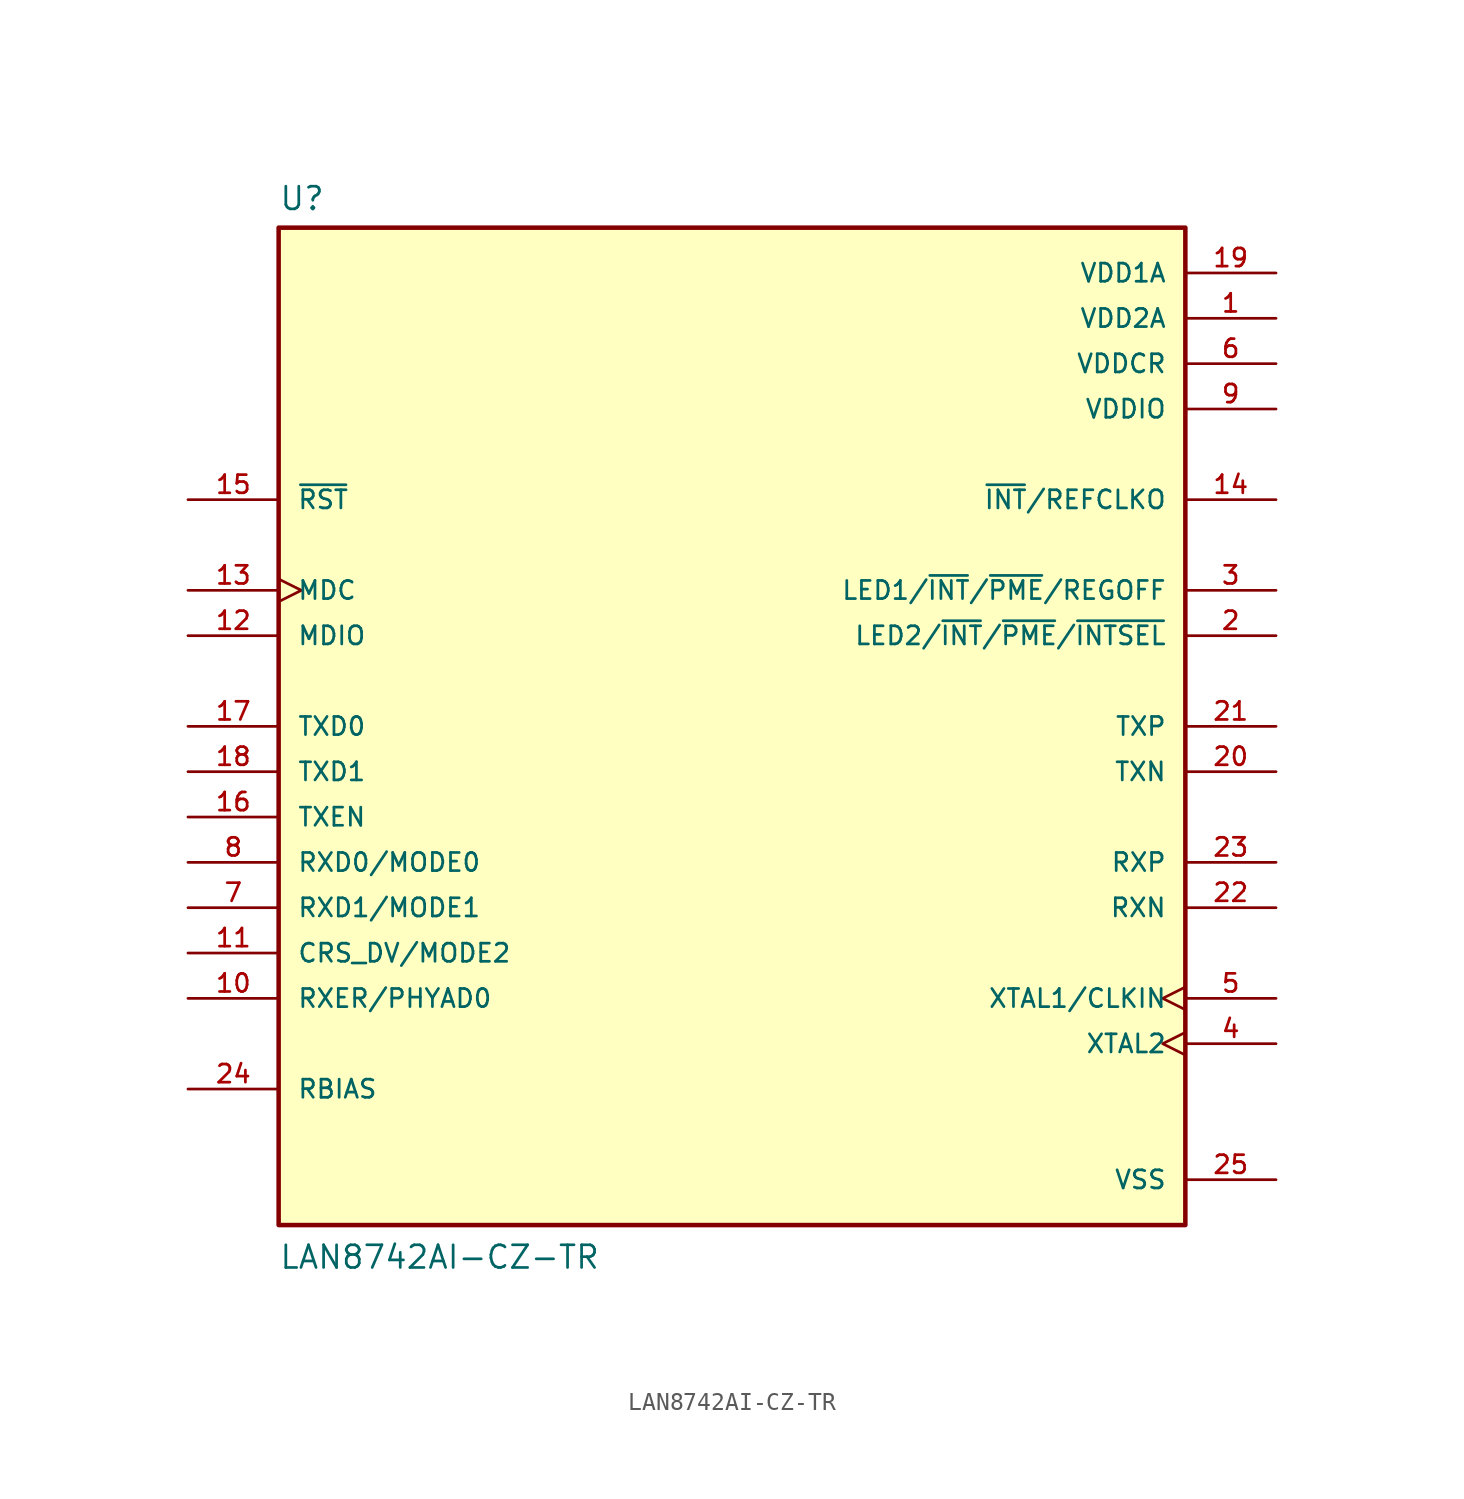
<source format=kicad_sym>
(kicad_symbol_lib
  (version 20231120)
  (generator "kicad_symbol_editor")
  (generator_version "8.0")
  (symbol "LAN8742AI-CZ-TR"
    (pin_names
      (offset 1.016))
    (property "Reference" "U"
      (at -25.4 28.829 0)
      (effects (font (size 1.27 1.27)) (justify left bottom)))
    (property "Value" "LAN8742AI-CZ-TR"
      (at -25.4 -30.48 0)
      (effects (font (size 1.27 1.27)) (justify left bottom)))
    (symbol "LAN8742AI-CZ-TR_0_0"
      (rectangle (start -25.4 -27.94) (end 25.4 27.94) (stroke (width 0.254) (type default)) (fill (type background)))
      (pin power_in line (at 30.48 22.86 180) (length 5.08) (name "VDD2A" (effects (font (size 1.016 1.016)))) (number "1" (effects (font (size 1.016 1.016)))))
      (pin bidirectional line (at -30.48 -15.24 0) (length 5.08) (name "RXER/PHYAD0" (effects (font (size 1.016 1.016)))) (number "10" (effects (font (size 1.016 1.016)))))
      (pin bidirectional line (at -30.48 -12.7 0) (length 5.08) (name "CRS_DV/MODE2" (effects (font (size 1.016 1.016)))) (number "11" (effects (font (size 1.016 1.016)))))
      (pin bidirectional line (at -30.48 5.08 0) (length 5.08) (name "MDIO" (effects (font (size 1.016 1.016)))) (number "12" (effects (font (size 1.016 1.016)))))
      (pin input clock (at -30.48 7.62 0) (length 5.08) (name "MDC" (effects (font (size 1.016 1.016)))) (number "13" (effects (font (size 1.016 1.016)))))
      (pin output line (at 30.48 12.7 180) (length 5.08) (name "~{INT}/REFCLKO" (effects (font (size 1.016 1.016)))) (number "14" (effects (font (size 1.016 1.016)))))
      (pin input line (at -30.48 12.7 0) (length 5.08) (name "~{RST}" (effects (font (size 1.016 1.016)))) (number "15" (effects (font (size 1.016 1.016)))))
      (pin input line (at -30.48 -5.08 0) (length 5.08) (name "TXEN" (effects (font (size 1.016 1.016)))) (number "16" (effects (font (size 1.016 1.016)))))
      (pin input line (at -30.48 0 0) (length 5.08) (name "TXD0" (effects (font (size 1.016 1.016)))) (number "17" (effects (font (size 1.016 1.016)))))
      (pin input line (at -30.48 -2.54 0) (length 5.08) (name "TXD1" (effects (font (size 1.016 1.016)))) (number "18" (effects (font (size 1.016 1.016)))))
      (pin power_in line (at 30.48 25.4 180) (length 5.08) (name "VDD1A" (effects (font (size 1.016 1.016)))) (number "19" (effects (font (size 1.016 1.016)))))
      (pin output line (at 30.48 5.08 180) (length 5.08) (name "LED2/~{INT}/~{PME}/~{INTSEL}" (effects (font (size 1.016 1.016)))) (number "2" (effects (font (size 1.016 1.016)))))
      (pin bidirectional line (at 30.48 -2.54 180) (length 5.08) (name "TXN" (effects (font (size 1.016 1.016)))) (number "20" (effects (font (size 1.016 1.016)))))
      (pin bidirectional line (at 30.48 0 180) (length 5.08) (name "TXP" (effects (font (size 1.016 1.016)))) (number "21" (effects (font (size 1.016 1.016)))))
      (pin bidirectional line (at 30.48 -10.16 180) (length 5.08) (name "RXN" (effects (font (size 1.016 1.016)))) (number "22" (effects (font (size 1.016 1.016)))))
      (pin bidirectional line (at 30.48 -7.62 180) (length 5.08) (name "RXP" (effects (font (size 1.016 1.016)))) (number "23" (effects (font (size 1.016 1.016)))))
      (pin passive line (at -30.48 -20.32 0) (length 5.08) (name "RBIAS" (effects (font (size 1.016 1.016)))) (number "24" (effects (font (size 1.016 1.016)))))
      (pin power_in line (at 30.48 -25.4 180) (length 5.08) (name "VSS" (effects (font (size 1.016 1.016)))) (number "25" (effects (font (size 1.016 1.016)))))
      (pin output line (at 30.48 7.62 180) (length 5.08) (name "LED1/~{INT}/~{PME}/REGOFF" (effects (font (size 1.016 1.016)))) (number "3" (effects (font (size 1.016 1.016)))))
      (pin output clock (at 30.48 -17.78 180) (length 5.08) (name "XTAL2" (effects (font (size 1.016 1.016)))) (number "4" (effects (font (size 1.016 1.016)))))
      (pin input clock (at 30.48 -15.24 180) (length 5.08) (name "XTAL1/CLKIN" (effects (font (size 1.016 1.016)))) (number "5" (effects (font (size 1.016 1.016)))))
      (pin power_in line (at 30.48 20.32 180) (length 5.08) (name "VDDCR" (effects (font (size 1.016 1.016)))) (number "6" (effects (font (size 1.016 1.016)))))
      (pin bidirectional line (at -30.48 -10.16 0) (length 5.08) (name "RXD1/MODE1" (effects (font (size 1.016 1.016)))) (number "7" (effects (font (size 1.016 1.016)))))
      (pin bidirectional line (at -30.48 -7.62 0) (length 5.08) (name "RXD0/MODE0" (effects (font (size 1.016 1.016)))) (number "8" (effects (font (size 1.016 1.016)))))
      (pin power_in line (at 30.48 17.78 180) (length 5.08) (name "VDDIO" (effects (font (size 1.016 1.016)))) (number "9" (effects (font (size 1.016 1.016))))))))
</source>
